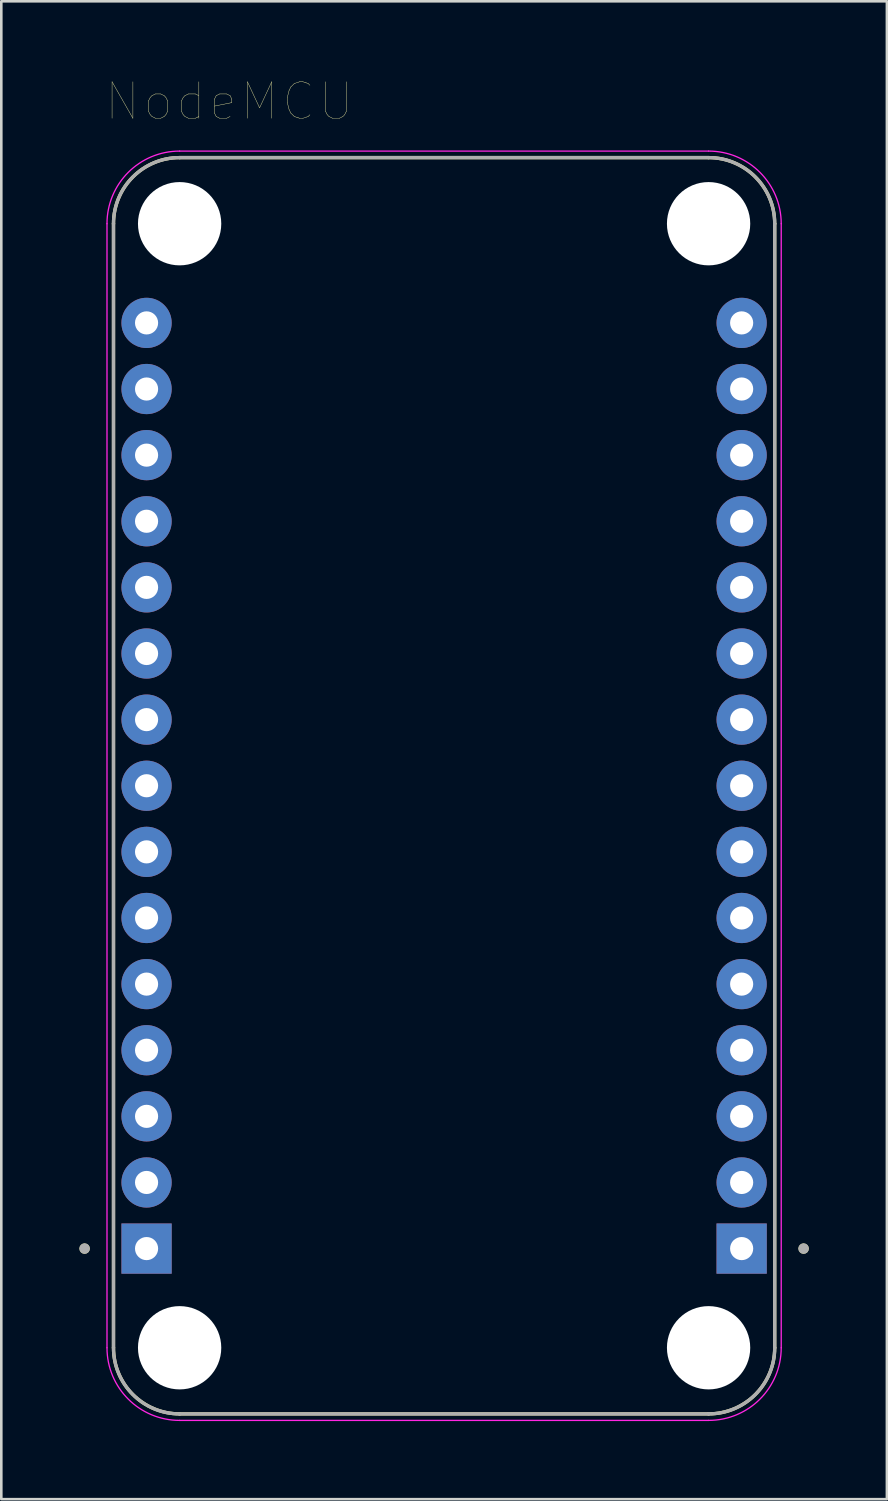
<source format=kicad_pcb>
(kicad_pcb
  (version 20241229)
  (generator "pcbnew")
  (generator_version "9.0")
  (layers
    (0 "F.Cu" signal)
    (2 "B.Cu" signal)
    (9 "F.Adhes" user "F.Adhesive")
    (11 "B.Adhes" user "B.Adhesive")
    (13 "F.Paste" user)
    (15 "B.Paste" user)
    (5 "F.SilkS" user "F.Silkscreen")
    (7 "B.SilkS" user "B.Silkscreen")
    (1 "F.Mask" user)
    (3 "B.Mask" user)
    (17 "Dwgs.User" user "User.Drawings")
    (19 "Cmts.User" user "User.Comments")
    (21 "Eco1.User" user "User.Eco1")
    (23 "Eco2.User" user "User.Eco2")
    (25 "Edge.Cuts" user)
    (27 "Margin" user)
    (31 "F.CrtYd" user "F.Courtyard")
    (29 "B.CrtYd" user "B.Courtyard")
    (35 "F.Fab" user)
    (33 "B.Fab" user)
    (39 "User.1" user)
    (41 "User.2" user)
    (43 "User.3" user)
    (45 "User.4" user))
  (footprint "NodeMCU"
    (layer "F.Cu")
    (at 14.01 27.134)
    (property "Reference" "NodeMCU" (at -8.255 -26.289 0) (layer "F.SilkS") (effects (font (size 1.4 1.4) (thickness 0.015))))
    (attr through_hole)
    (fp_line (start -12.7 21.59) (end -12.7 -21.59) (stroke (width 0.127) (type solid)) (layer "F.SilkS"))
    (fp_line (start -10.16 -24.13) (end 10.16 -24.13) (stroke (width 0.127) (type solid)) (layer "F.SilkS"))
    (fp_line (start 10.16 24.13) (end -10.16 24.13) (stroke (width 0.127) (type solid)) (layer "F.SilkS"))
    (fp_line (start 12.7 -21.59) (end 12.7 21.59) (stroke (width 0.127) (type solid)) (layer "F.SilkS"))
    (fp_arc (start -12.7 -21.59) (mid -11.956051 -23.386051) (end -10.16 -24.13) (stroke (width 0.127) (type solid)) (layer "F.SilkS"))
    (fp_arc (start -10.16 24.13) (mid -11.956051 23.386051) (end -12.7 21.59) (stroke (width 0.127) (type solid)) (layer "F.SilkS"))
    (fp_arc (start 10.16 -24.13) (mid 11.956051 -23.386051) (end 12.7 -21.59) (stroke (width 0.127) (type solid)) (layer "F.SilkS"))
    (fp_arc (start 12.7 21.59) (mid 11.956051 23.386051) (end 10.16 24.13) (stroke (width 0.127) (type solid)) (layer "F.SilkS"))
    (fp_circle (center -13.81 17.78) (end -13.91 17.78) (stroke (width 0.2) (type solid)) (fill no) (layer "F.SilkS"))
    (fp_circle (center 13.81 17.78) (end 13.71 17.78) (stroke (width 0.2) (type solid)) (fill no) (layer "F.SilkS"))
    (fp_line (start -12.95 21.59) (end -12.95 -21.59) (stroke (width 0.05) (type solid)) (layer "F.CrtYd"))
    (fp_line (start -10.16 -24.38) (end 10.16 -24.38) (stroke (width 0.05) (type solid)) (layer "F.CrtYd"))
    (fp_line (start 10.16 24.38) (end -10.16 24.38) (stroke (width 0.05) (type solid)) (layer "F.CrtYd"))
    (fp_line (start 12.95 -21.59) (end 12.95 21.59) (stroke (width 0.05) (type solid)) (layer "F.CrtYd"))
    (fp_arc (start -12.95 -21.59) (mid -12.132828 -23.562828) (end -10.16 -24.38) (stroke (width 0.05) (type solid)) (layer "F.CrtYd"))
    (fp_arc (start -10.16 24.38) (mid -12.132828 23.562828) (end -12.95 21.59) (stroke (width 0.05) (type solid)) (layer "F.CrtYd"))
    (fp_arc (start 10.16 -24.38) (mid 12.132828 -23.562828) (end 12.95 -21.59) (stroke (width 0.05) (type solid)) (layer "F.CrtYd"))
    (fp_arc (start 12.95 21.59) (mid 12.132828 23.562828) (end 10.16 24.38) (stroke (width 0.05) (type solid)) (layer "F.CrtYd"))
    (fp_line (start -12.7 21.59) (end -12.7 -21.59) (stroke (width 0.127) (type solid)) (layer "F.Fab"))
    (fp_line (start -10.16 -24.13) (end 10.16 -24.13) (stroke (width 0.127) (type solid)) (layer "F.Fab"))
    (fp_line (start 10.16 24.13) (end -10.16 24.13) (stroke (width 0.127) (type solid)) (layer "F.Fab"))
    (fp_line (start 12.7 -21.59) (end 12.7 21.59) (stroke (width 0.127) (type solid)) (layer "F.Fab"))
    (fp_arc (start -12.7 -21.59) (mid -11.956051 -23.386051) (end -10.16 -24.13) (stroke (width 0.127) (type solid)) (layer "F.Fab"))
    (fp_arc (start -10.16 24.13) (mid -11.956051 23.386051) (end -12.7 21.59) (stroke (width 0.127) (type solid)) (layer "F.Fab"))
    (fp_arc (start 10.16 -24.13) (mid 11.956051 -23.386051) (end 12.7 -21.59) (stroke (width 0.127) (type solid)) (layer "F.Fab"))
    (fp_arc (start 12.7 21.59) (mid 11.956051 23.386051) (end 10.16 24.13) (stroke (width 0.127) (type solid)) (layer "F.Fab"))
    (fp_circle (center -13.81 17.78) (end -13.91 17.78) (stroke (width 0.2) (type solid)) (fill no) (layer "F.Fab"))
    (fp_circle (center 13.81 17.78) (end 13.71 17.78) (stroke (width 0.2) (type solid)) (fill no) (layer "F.Fab"))
    (pad "" np_thru_hole circle (at -10.16 -21.59 180) (size 3.2 3.2) (drill 3.2) (layers "*.Cu" "*.Mask"))
    (pad "" np_thru_hole circle (at -10.16 21.59 180) (size 3.2 3.2) (drill 3.2) (layers "*.Cu" "*.Mask"))
    (pad "" np_thru_hole circle (at 10.16 -21.59 180) (size 3.2 3.2) (drill 3.2) (layers "*.Cu" "*.Mask"))
    (pad "" np_thru_hole circle (at 10.16 21.59 180) (size 3.2 3.2) (drill 3.2) (layers "*.Cu" "*.Mask"))
    (pad "3V3" thru_hole circle (at -11.43 7.62 180) (size 1.93 1.93) (drill 0.889) (layers "*.Cu" "*.Mask"))
    (pad "3V3" thru_hole circle (at 11.43 -5.08 180) (size 1.93 1.93) (drill 0.889) (layers "*.Cu" "*.Mask"))
    (pad "3V3" thru_hole rect (at 11.43 17.78 180) (size 1.93 1.93) (drill 0.889) (layers "*.Cu" "*.Mask"))
    (pad "A0" thru_hole circle (at -11.43 -17.78 180) (size 1.93 1.93) (drill 0.889) (layers "*.Cu" "*.Mask"))
    (pad "CLK" thru_hole circle (at -11.43 2.54 180) (size 1.93 1.93) (drill 0.889) (layers "*.Cu" "*.Mask"))
    (pad "CMD" thru_hole circle (at -11.43 -2.54 180) (size 1.93 1.93) (drill 0.889) (layers "*.Cu" "*.Mask"))
    (pad "D0" thru_hole circle (at 11.43 -17.78 180) (size 1.93 1.93) (drill 0.889) (layers "*.Cu" "*.Mask"))
    (pad "D1" thru_hole circle (at 11.43 -15.24 180) (size 1.93 1.93) (drill 0.889) (layers "*.Cu" "*.Mask"))
    (pad "D2" thru_hole circle (at 11.43 -12.7 180) (size 1.93 1.93) (drill 0.889) (layers "*.Cu" "*.Mask"))
    (pad "D3" thru_hole circle (at 11.43 -10.16 180) (size 1.93 1.93) (drill 0.889) (layers "*.Cu" "*.Mask"))
    (pad "D4" thru_hole circle (at 11.43 -7.62 180) (size 1.93 1.93) (drill 0.889) (layers "*.Cu" "*.Mask"))
    (pad "D5" thru_hole circle (at 11.43 0 180) (size 1.93 1.93) (drill 0.889) (layers "*.Cu" "*.Mask"))
    (pad "D6" thru_hole circle (at 11.43 2.54 180) (size 1.93 1.93) (drill 0.889) (layers "*.Cu" "*.Mask"))
    (pad "D7" thru_hole circle (at 11.43 5.08 180) (size 1.93 1.93) (drill 0.889) (layers "*.Cu" "*.Mask"))
    (pad "D8" thru_hole circle (at 11.43 7.62 180) (size 1.93 1.93) (drill 0.889) (layers "*.Cu" "*.Mask"))
    (pad "D9" thru_hole circle (at 11.43 10.16 180) (size 1.93 1.93) (drill 0.889) (layers "*.Cu" "*.Mask"))
    (pad "D10" thru_hole circle (at 11.43 12.7 180) (size 1.93 1.93) (drill 0.889) (layers "*.Cu" "*.Mask"))
    (pad "EN" thru_hole circle (at -11.43 10.16 180) (size 1.93 1.93) (drill 0.889) (layers "*.Cu" "*.Mask"))
    (pad "GND" thru_hole circle (at -11.43 5.08 180) (size 1.93 1.93) (drill 0.889) (layers "*.Cu" "*.Mask"))
    (pad "GND" thru_hole circle (at -11.43 15.24 180) (size 1.93 1.93) (drill 0.889) (layers "*.Cu" "*.Mask"))
    (pad "GND" thru_hole circle (at 11.43 -2.54 180) (size 1.93 1.93) (drill 0.889) (layers "*.Cu" "*.Mask"))
    (pad "GND" thru_hole circle (at 11.43 15.24 180) (size 1.93 1.93) (drill 0.889) (layers "*.Cu" "*.Mask"))
    (pad "RST" thru_hole circle (at -11.43 12.7 180) (size 1.93 1.93) (drill 0.889) (layers "*.Cu" "*.Mask"))
    (pad "RSV" thru_hole circle (at -11.43 -15.24 180) (size 1.93 1.93) (drill 0.889) (layers "*.Cu" "*.Mask"))
    (pad "RSV" thru_hole circle (at -11.43 -12.7 180) (size 1.93 1.93) (drill 0.889) (layers "*.Cu" "*.Mask"))
    (pad "SD0" thru_hole circle (at -11.43 0 180) (size 1.93 1.93) (drill 0.889) (layers "*.Cu" "*.Mask"))
    (pad "SD1" thru_hole circle (at -11.43 -5.08 180) (size 1.93 1.93) (drill 0.889) (layers "*.Cu" "*.Mask"))
    (pad "SD2" thru_hole circle (at -11.43 -7.62 180) (size 1.93 1.93) (drill 0.889) (layers "*.Cu" "*.Mask"))
    (pad "SD3" thru_hole circle (at -11.43 -10.16 180) (size 1.93 1.93) (drill 0.889) (layers "*.Cu" "*.Mask"))
    (pad "Vin" thru_hole rect (at -11.43 17.78 180) (size 1.93 1.93) (drill 0.889) (layers "*.Cu" "*.Mask")))
  (gr_rect
    (start -3 -3)
    (end 31.02 54.539)
    (stroke (width 0.1) (type default))
    (fill no)
    (layer "Edge.Cuts")))
</source>
